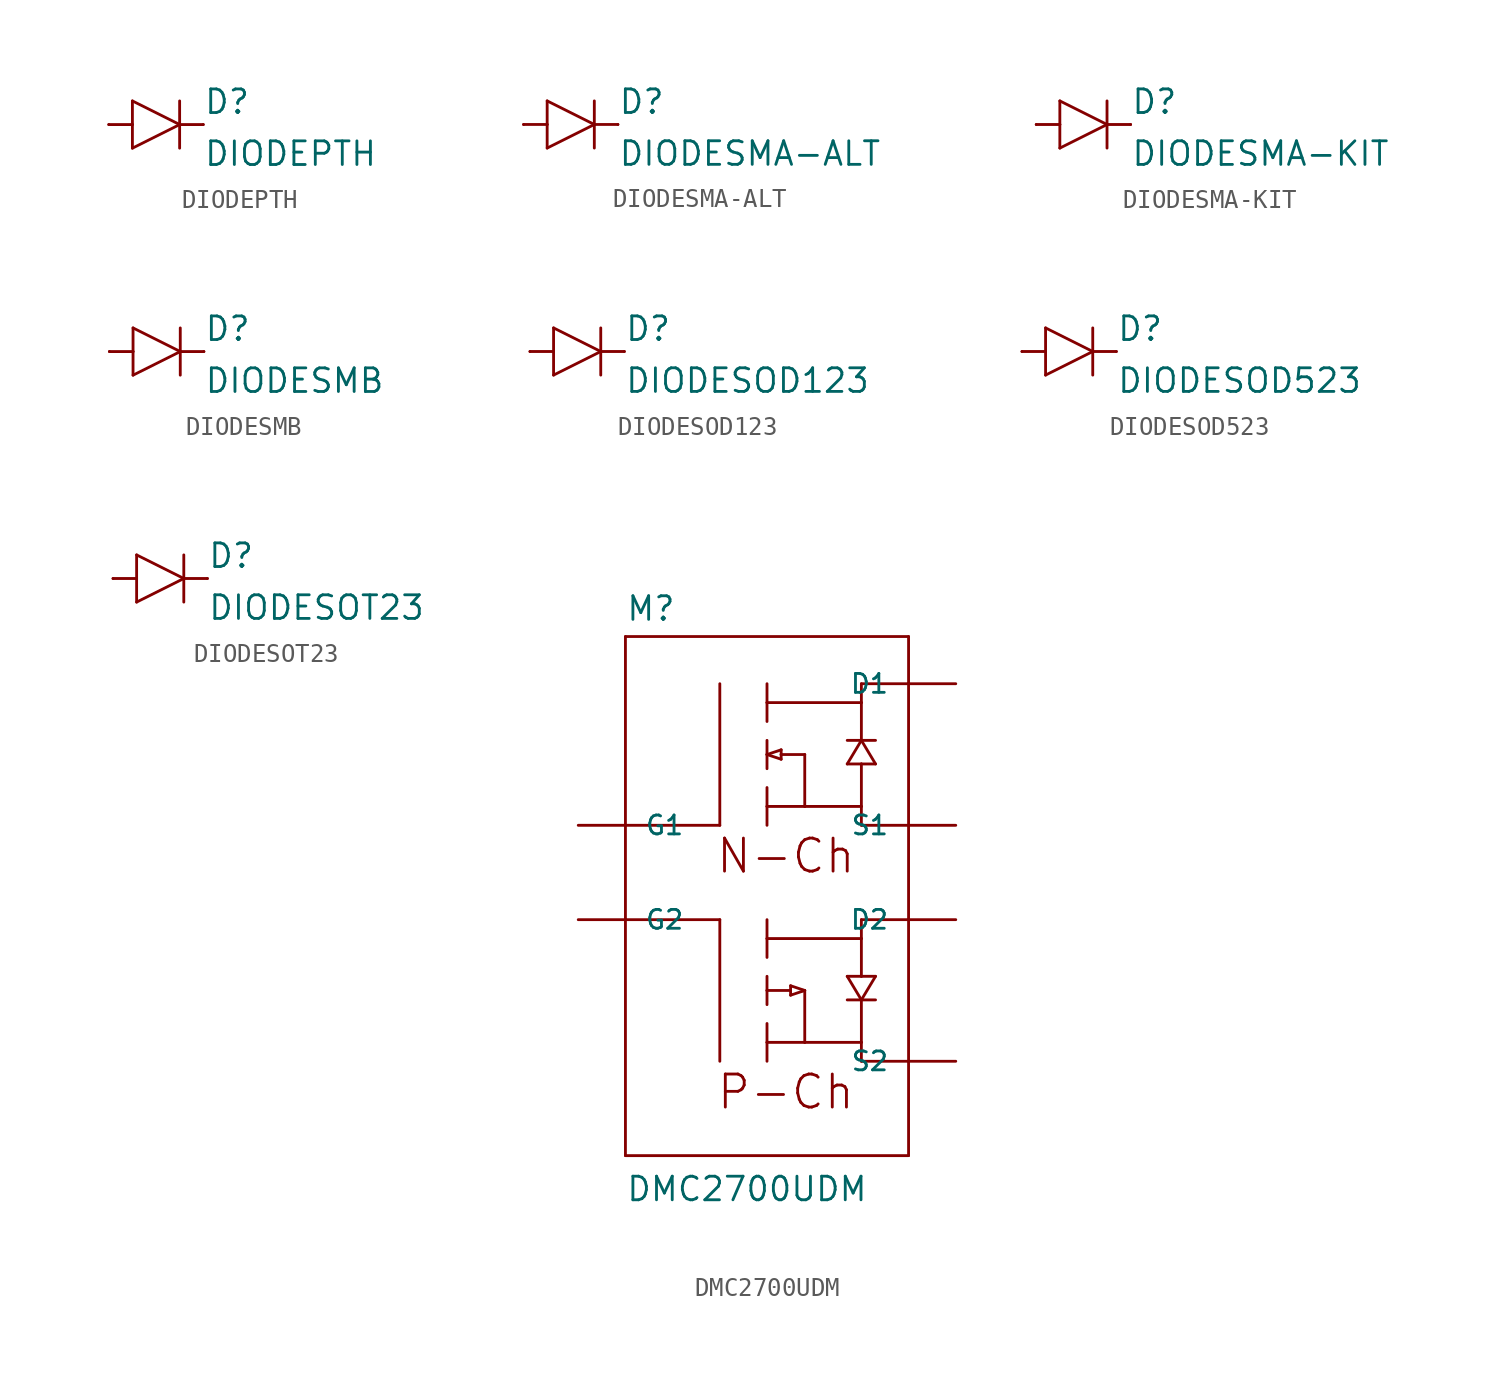
<source format=kicad_sym>
(kicad_symbol_lib
  (version 20211014)
  (generator kicad_symbol_editor)
  (symbol "DIODEPTH"
    (pin_numbers hide)
    (pin_names
      (offset 1.016) hide)
    (property "Reference" "D"
      (at 2.54 0.483 0)
      (effects (font (size 1.27 1.27)) (justify left bottom)))
    (property "Value" "DIODEPTH"
      (at 2.54 -2.311 0)
      (effects (font (size 1.27 1.27)) (justify left bottom)))
    (property "ki_locked" ""
      (at 0 0 0)
      (effects (font (size 1.27 1.27))))
    (symbol "DIODEPTH_1_0"
      (polyline (pts (xy -2.54 0) (xy -1.27 0)) (stroke (width 0) (type default) (color 0 0 0 0)) (fill (type none)))
      (polyline (pts (xy -1.27 -1.27) (xy 1.27 0)) (stroke (width 0) (type default) (color 0 0 0 0)) (fill (type none)))
      (polyline (pts (xy -1.27 0) (xy -1.27 -1.27)) (stroke (width 0) (type default) (color 0 0 0 0)) (fill (type none)))
      (polyline (pts (xy -1.27 1.27) (xy -1.27 0)) (stroke (width 0) (type default) (color 0 0 0 0)) (fill (type none)))
      (polyline (pts (xy 1.27 0) (xy -1.27 1.27)) (stroke (width 0) (type default) (color 0 0 0 0)) (fill (type none)))
      (polyline (pts (xy 1.27 0) (xy 1.27 -1.27)) (stroke (width 0) (type default) (color 0 0 0 0)) (fill (type none)))
      (polyline (pts (xy 1.27 1.27) (xy 1.27 0)) (stroke (width 0) (type default) (color 0 0 0 0)) (fill (type none)))
      (polyline (pts (xy 2.54 0) (xy 1.27 0)) (stroke (width 0) (type default) (color 0 0 0 0)) (fill (type none))))
    (symbol "DIODEPTH_1_1"
      (pin passive line (at -2.54 0 0) (length 0) (name "A" (effects (font (size 1.016 1.016)))) (number "A" (effects (font (size 1.016 1.016)))))
      (pin passive line (at 2.54 0 180) (length 0) (name "C" (effects (font (size 1.016 1.016)))) (number "C" (effects (font (size 1.016 1.016)))))))
  (symbol "DIODESMA-ALT"
    (pin_numbers hide)
    (pin_names
      (offset 1.016) hide)
    (property "Reference" "D"
      (at 2.54 0.483 0)
      (effects (font (size 1.27 1.27)) (justify left bottom)))
    (property "Value" "DIODESMA-ALT"
      (at 2.54 -2.311 0)
      (effects (font (size 1.27 1.27)) (justify left bottom)))
    (property "ki_locked" ""
      (at 0 0 0)
      (effects (font (size 1.27 1.27))))
    (symbol "DIODESMA-ALT_1_0"
      (polyline (pts (xy -2.54 0) (xy -1.27 0)) (stroke (width 0) (type default) (color 0 0 0 0)) (fill (type none)))
      (polyline (pts (xy -1.27 -1.27) (xy 1.27 0)) (stroke (width 0) (type default) (color 0 0 0 0)) (fill (type none)))
      (polyline (pts (xy -1.27 0) (xy -1.27 -1.27)) (stroke (width 0) (type default) (color 0 0 0 0)) (fill (type none)))
      (polyline (pts (xy -1.27 1.27) (xy -1.27 0)) (stroke (width 0) (type default) (color 0 0 0 0)) (fill (type none)))
      (polyline (pts (xy 1.27 0) (xy -1.27 1.27)) (stroke (width 0) (type default) (color 0 0 0 0)) (fill (type none)))
      (polyline (pts (xy 1.27 0) (xy 1.27 -1.27)) (stroke (width 0) (type default) (color 0 0 0 0)) (fill (type none)))
      (polyline (pts (xy 1.27 1.27) (xy 1.27 0)) (stroke (width 0) (type default) (color 0 0 0 0)) (fill (type none)))
      (polyline (pts (xy 2.54 0) (xy 1.27 0)) (stroke (width 0) (type default) (color 0 0 0 0)) (fill (type none))))
    (symbol "DIODESMA-ALT_1_1"
      (pin passive line (at -2.54 0 0) (length 0) (name "A" (effects (font (size 1.016 1.016)))) (number "A" (effects (font (size 1.016 1.016)))))
      (pin passive line (at 2.54 0 180) (length 0) (name "C" (effects (font (size 1.016 1.016)))) (number "C" (effects (font (size 1.016 1.016)))))))
  (symbol "DIODESMA-KIT"
    (pin_numbers hide)
    (pin_names
      (offset 1.016) hide)
    (property "Reference" "D"
      (at 2.54 0.483 0)
      (effects (font (size 1.27 1.27)) (justify left bottom)))
    (property "Value" "DIODESMA-KIT"
      (at 2.54 -2.311 0)
      (effects (font (size 1.27 1.27)) (justify left bottom)))
    (property "ki_locked" ""
      (at 0 0 0)
      (effects (font (size 1.27 1.27))))
    (symbol "DIODESMA-KIT_1_0"
      (polyline (pts (xy -2.54 0) (xy -1.27 0)) (stroke (width 0) (type default) (color 0 0 0 0)) (fill (type none)))
      (polyline (pts (xy -1.27 -1.27) (xy 1.27 0)) (stroke (width 0) (type default) (color 0 0 0 0)) (fill (type none)))
      (polyline (pts (xy -1.27 0) (xy -1.27 -1.27)) (stroke (width 0) (type default) (color 0 0 0 0)) (fill (type none)))
      (polyline (pts (xy -1.27 1.27) (xy -1.27 0)) (stroke (width 0) (type default) (color 0 0 0 0)) (fill (type none)))
      (polyline (pts (xy 1.27 0) (xy -1.27 1.27)) (stroke (width 0) (type default) (color 0 0 0 0)) (fill (type none)))
      (polyline (pts (xy 1.27 0) (xy 1.27 -1.27)) (stroke (width 0) (type default) (color 0 0 0 0)) (fill (type none)))
      (polyline (pts (xy 1.27 1.27) (xy 1.27 0)) (stroke (width 0) (type default) (color 0 0 0 0)) (fill (type none)))
      (polyline (pts (xy 2.54 0) (xy 1.27 0)) (stroke (width 0) (type default) (color 0 0 0 0)) (fill (type none))))
    (symbol "DIODESMA-KIT_1_1"
      (pin passive line (at -2.54 0 0) (length 0) (name "A" (effects (font (size 1.016 1.016)))) (number "A" (effects (font (size 1.016 1.016)))))
      (pin passive line (at 2.54 0 180) (length 0) (name "C" (effects (font (size 1.016 1.016)))) (number "C" (effects (font (size 1.016 1.016)))))))
  (symbol "DIODESMB"
    (pin_numbers hide)
    (pin_names
      (offset 1.016) hide)
    (property "Reference" "D"
      (at 2.54 0.483 0)
      (effects (font (size 1.27 1.27)) (justify left bottom)))
    (property "Value" "DIODESMB"
      (at 2.54 -2.311 0)
      (effects (font (size 1.27 1.27)) (justify left bottom)))
    (property "ki_locked" ""
      (at 0 0 0)
      (effects (font (size 1.27 1.27))))
    (symbol "DIODESMB_1_0"
      (polyline (pts (xy -2.54 0) (xy -1.27 0)) (stroke (width 0) (type default) (color 0 0 0 0)) (fill (type none)))
      (polyline (pts (xy -1.27 -1.27) (xy 1.27 0)) (stroke (width 0) (type default) (color 0 0 0 0)) (fill (type none)))
      (polyline (pts (xy -1.27 0) (xy -1.27 -1.27)) (stroke (width 0) (type default) (color 0 0 0 0)) (fill (type none)))
      (polyline (pts (xy -1.27 1.27) (xy -1.27 0)) (stroke (width 0) (type default) (color 0 0 0 0)) (fill (type none)))
      (polyline (pts (xy 1.27 0) (xy -1.27 1.27)) (stroke (width 0) (type default) (color 0 0 0 0)) (fill (type none)))
      (polyline (pts (xy 1.27 0) (xy 1.27 -1.27)) (stroke (width 0) (type default) (color 0 0 0 0)) (fill (type none)))
      (polyline (pts (xy 1.27 1.27) (xy 1.27 0)) (stroke (width 0) (type default) (color 0 0 0 0)) (fill (type none)))
      (polyline (pts (xy 2.54 0) (xy 1.27 0)) (stroke (width 0) (type default) (color 0 0 0 0)) (fill (type none))))
    (symbol "DIODESMB_1_1"
      (pin passive line (at -2.54 0 0) (length 0) (name "A" (effects (font (size 1.016 1.016)))) (number "A" (effects (font (size 1.016 1.016)))))
      (pin passive line (at 2.54 0 180) (length 0) (name "C" (effects (font (size 1.016 1.016)))) (number "C" (effects (font (size 1.016 1.016)))))))
  (symbol "DIODESOD123"
    (pin_numbers hide)
    (pin_names
      (offset 1.016) hide)
    (property "Reference" "D"
      (at 2.54 0.483 0)
      (effects (font (size 1.27 1.27)) (justify left bottom)))
    (property "Value" "DIODESOD123"
      (at 2.54 -2.311 0)
      (effects (font (size 1.27 1.27)) (justify left bottom)))
    (property "ki_locked" ""
      (at 0 0 0)
      (effects (font (size 1.27 1.27))))
    (symbol "DIODESOD123_1_0"
      (polyline (pts (xy -2.54 0) (xy -1.27 0)) (stroke (width 0) (type default) (color 0 0 0 0)) (fill (type none)))
      (polyline (pts (xy -1.27 -1.27) (xy 1.27 0)) (stroke (width 0) (type default) (color 0 0 0 0)) (fill (type none)))
      (polyline (pts (xy -1.27 0) (xy -1.27 -1.27)) (stroke (width 0) (type default) (color 0 0 0 0)) (fill (type none)))
      (polyline (pts (xy -1.27 1.27) (xy -1.27 0)) (stroke (width 0) (type default) (color 0 0 0 0)) (fill (type none)))
      (polyline (pts (xy 1.27 0) (xy -1.27 1.27)) (stroke (width 0) (type default) (color 0 0 0 0)) (fill (type none)))
      (polyline (pts (xy 1.27 0) (xy 1.27 -1.27)) (stroke (width 0) (type default) (color 0 0 0 0)) (fill (type none)))
      (polyline (pts (xy 1.27 1.27) (xy 1.27 0)) (stroke (width 0) (type default) (color 0 0 0 0)) (fill (type none)))
      (polyline (pts (xy 2.54 0) (xy 1.27 0)) (stroke (width 0) (type default) (color 0 0 0 0)) (fill (type none))))
    (symbol "DIODESOD123_1_1"
      (pin passive line (at -2.54 0 0) (length 0) (name "A" (effects (font (size 1.016 1.016)))) (number "A" (effects (font (size 1.016 1.016)))))
      (pin passive line (at 2.54 0 180) (length 0) (name "C" (effects (font (size 1.016 1.016)))) (number "C" (effects (font (size 1.016 1.016)))))))
  (symbol "DIODESOD523"
    (pin_numbers hide)
    (pin_names
      (offset 1.016) hide)
    (property "Reference" "D"
      (at 2.54 0.483 0)
      (effects (font (size 1.27 1.27)) (justify left bottom)))
    (property "Value" "DIODESOD523"
      (at 2.54 -2.311 0)
      (effects (font (size 1.27 1.27)) (justify left bottom)))
    (property "ki_locked" ""
      (at 0 0 0)
      (effects (font (size 1.27 1.27))))
    (symbol "DIODESOD523_1_0"
      (polyline (pts (xy -2.54 0) (xy -1.27 0)) (stroke (width 0) (type default) (color 0 0 0 0)) (fill (type none)))
      (polyline (pts (xy -1.27 -1.27) (xy 1.27 0)) (stroke (width 0) (type default) (color 0 0 0 0)) (fill (type none)))
      (polyline (pts (xy -1.27 0) (xy -1.27 -1.27)) (stroke (width 0) (type default) (color 0 0 0 0)) (fill (type none)))
      (polyline (pts (xy -1.27 1.27) (xy -1.27 0)) (stroke (width 0) (type default) (color 0 0 0 0)) (fill (type none)))
      (polyline (pts (xy 1.27 0) (xy -1.27 1.27)) (stroke (width 0) (type default) (color 0 0 0 0)) (fill (type none)))
      (polyline (pts (xy 1.27 0) (xy 1.27 -1.27)) (stroke (width 0) (type default) (color 0 0 0 0)) (fill (type none)))
      (polyline (pts (xy 1.27 1.27) (xy 1.27 0)) (stroke (width 0) (type default) (color 0 0 0 0)) (fill (type none)))
      (polyline (pts (xy 2.54 0) (xy 1.27 0)) (stroke (width 0) (type default) (color 0 0 0 0)) (fill (type none))))
    (symbol "DIODESOD523_1_1"
      (pin passive line (at -2.54 0 0) (length 0) (name "A" (effects (font (size 1.016 1.016)))) (number "A" (effects (font (size 1.016 1.016)))))
      (pin passive line (at 2.54 0 180) (length 0) (name "C" (effects (font (size 1.016 1.016)))) (number "C" (effects (font (size 1.016 1.016)))))))
  (symbol "DIODESOT23"
    (pin_numbers hide)
    (pin_names
      (offset 1.016) hide)
    (property "Reference" "D"
      (at 2.54 0.483 0)
      (effects (font (size 1.27 1.27)) (justify left bottom)))
    (property "Value" "DIODESOT23"
      (at 2.54 -2.311 0)
      (effects (font (size 1.27 1.27)) (justify left bottom)))
    (property "ki_locked" ""
      (at 0 0 0)
      (effects (font (size 1.27 1.27))))
    (symbol "DIODESOT23_1_0"
      (polyline (pts (xy -2.54 0) (xy -1.27 0)) (stroke (width 0) (type default) (color 0 0 0 0)) (fill (type none)))
      (polyline (pts (xy -1.27 -1.27) (xy 1.27 0)) (stroke (width 0) (type default) (color 0 0 0 0)) (fill (type none)))
      (polyline (pts (xy -1.27 0) (xy -1.27 -1.27)) (stroke (width 0) (type default) (color 0 0 0 0)) (fill (type none)))
      (polyline (pts (xy -1.27 1.27) (xy -1.27 0)) (stroke (width 0) (type default) (color 0 0 0 0)) (fill (type none)))
      (polyline (pts (xy 1.27 0) (xy -1.27 1.27)) (stroke (width 0) (type default) (color 0 0 0 0)) (fill (type none)))
      (polyline (pts (xy 1.27 0) (xy 1.27 -1.27)) (stroke (width 0) (type default) (color 0 0 0 0)) (fill (type none)))
      (polyline (pts (xy 1.27 1.27) (xy 1.27 0)) (stroke (width 0) (type default) (color 0 0 0 0)) (fill (type none)))
      (polyline (pts (xy 2.54 0) (xy 1.27 0)) (stroke (width 0) (type default) (color 0 0 0 0)) (fill (type none))))
    (symbol "DIODESOT23_1_1"
      (pin passive line (at -2.54 0 0) (length 0) (name "A" (effects (font (size 1.016 1.016)))) (number "1" (effects (font (size 1.016 1.016)))))
      (pin passive line (at 2.54 0 180) (length 0) (name "C" (effects (font (size 1.016 1.016)))) (number "3" (effects (font (size 1.016 1.016)))))))
  (symbol "DMC2700UDM"
    (pin_numbers hide)
    (pin_names
      (offset 1.016))
    (property "Reference" "M"
      (at -7.62 13.462 0)
      (effects (font (size 1.27 1.27)) (justify left bottom)))
    (property "Value" "DMC2700UDM"
      (at -7.62 -17.78 0)
      (effects (font (size 1.27 1.27)) (justify left bottom)))
    (property "ki_locked" ""
      (at 0 0 0)
      (effects (font (size 1.27 1.27))))
    (symbol "DMC2700UDM_1_0"
      (polyline (pts (xy -7.62 -15.24) (xy 7.62 -15.24)) (stroke (width 0) (type default) (color 0 0 0 0)) (fill (type none)))
      (polyline (pts (xy -7.62 -2.54) (xy -7.62 -15.24)) (stroke (width 0) (type default) (color 0 0 0 0)) (fill (type none)))
      (polyline (pts (xy -7.62 2.54) (xy -7.62 -2.54)) (stroke (width 0) (type default) (color 0 0 0 0)) (fill (type none)))
      (polyline (pts (xy -7.62 12.7) (xy -7.62 2.54)) (stroke (width 0) (type default) (color 0 0 0 0)) (fill (type none)))
      (polyline (pts (xy -2.54 -10.16) (xy -2.54 -2.54)) (stroke (width 0) (type default) (color 0 0 0 0)) (fill (type none)))
      (polyline (pts (xy -2.54 -2.54) (xy -7.62 -2.54)) (stroke (width 0) (type default) (color 0 0 0 0)) (fill (type none)))
      (polyline (pts (xy -2.54 2.54) (xy -7.62 2.54)) (stroke (width 0) (type default) (color 0 0 0 0)) (fill (type none)))
      (polyline (pts (xy -2.54 2.54) (xy -2.54 10.16)) (stroke (width 0) (type default) (color 0 0 0 0)) (fill (type none)))
      (polyline (pts (xy 0 -9.144) (xy 0 -10.16)) (stroke (width 0) (type default) (color 0 0 0 0)) (fill (type none)))
      (polyline (pts (xy 0 -9.144) (xy 2.032 -9.144)) (stroke (width 0) (type default) (color 0 0 0 0)) (fill (type none)))
      (polyline (pts (xy 0 -8.128) (xy 0 -9.144)) (stroke (width 0) (type default) (color 0 0 0 0)) (fill (type none)))
      (polyline (pts (xy 0 -6.35) (xy 0 -7.112)) (stroke (width 0) (type default) (color 0 0 0 0)) (fill (type none)))
      (polyline (pts (xy 0 -5.588) (xy 0 -6.35)) (stroke (width 0) (type default) (color 0 0 0 0)) (fill (type none)))
      (polyline (pts (xy 0 -3.556) (xy 0 -4.572)) (stroke (width 0) (type default) (color 0 0 0 0)) (fill (type none)))
      (polyline (pts (xy 0 -3.556) (xy 5.08 -3.556)) (stroke (width 0) (type default) (color 0 0 0 0)) (fill (type none)))
      (polyline (pts (xy 0 -2.54) (xy 0 -3.556)) (stroke (width 0) (type default) (color 0 0 0 0)) (fill (type none)))
      (polyline (pts (xy 0 3.556) (xy 0 2.54)) (stroke (width 0) (type default) (color 0 0 0 0)) (fill (type none)))
      (polyline (pts (xy 0 3.556) (xy 2.032 3.556)) (stroke (width 0) (type default) (color 0 0 0 0)) (fill (type none)))
      (polyline (pts (xy 0 4.572) (xy 0 3.556)) (stroke (width 0) (type default) (color 0 0 0 0)) (fill (type none)))
      (polyline (pts (xy 0 6.35) (xy 0 5.588)) (stroke (width 0) (type default) (color 0 0 0 0)) (fill (type none)))
      (polyline (pts (xy 0 6.35) (xy 0.762 6.096)) (stroke (width 0) (type default) (color 0 0 0 0)) (fill (type none)))
      (polyline (pts (xy 0 7.112) (xy 0 6.35)) (stroke (width 0) (type default) (color 0 0 0 0)) (fill (type none)))
      (polyline (pts (xy 0 9.144) (xy 0 8.128)) (stroke (width 0) (type default) (color 0 0 0 0)) (fill (type none)))
      (polyline (pts (xy 0 9.144) (xy 5.08 9.144)) (stroke (width 0) (type default) (color 0 0 0 0)) (fill (type none)))
      (polyline (pts (xy 0 10.16) (xy 0 9.144)) (stroke (width 0) (type default) (color 0 0 0 0)) (fill (type none)))
      (polyline (pts (xy 0.762 6.096) (xy 0.762 6.35)) (stroke (width 0) (type default) (color 0 0 0 0)) (fill (type none)))
      (polyline (pts (xy 0.762 6.35) (xy 0.762 6.604)) (stroke (width 0) (type default) (color 0 0 0 0)) (fill (type none)))
      (polyline (pts (xy 0.762 6.604) (xy 0 6.35)) (stroke (width 0) (type default) (color 0 0 0 0)) (fill (type none)))
      (polyline (pts (xy 1.27 -6.604) (xy 1.27 -6.35)) (stroke (width 0) (type default) (color 0 0 0 0)) (fill (type none)))
      (polyline (pts (xy 1.27 -6.35) (xy 0 -6.35)) (stroke (width 0) (type default) (color 0 0 0 0)) (fill (type none)))
      (polyline (pts (xy 1.27 -6.35) (xy 1.27 -6.096)) (stroke (width 0) (type default) (color 0 0 0 0)) (fill (type none)))
      (polyline (pts (xy 1.27 -6.096) (xy 2.032 -6.35)) (stroke (width 0) (type default) (color 0 0 0 0)) (fill (type none)))
      (polyline (pts (xy 2.032 -9.144) (xy 2.032 -6.35)) (stroke (width 0) (type default) (color 0 0 0 0)) (fill (type none)))
      (polyline (pts (xy 2.032 -6.35) (xy 1.27 -6.604)) (stroke (width 0) (type default) (color 0 0 0 0)) (fill (type none)))
      (polyline (pts (xy 2.032 3.556) (xy 2.032 6.35)) (stroke (width 0) (type default) (color 0 0 0 0)) (fill (type none)))
      (polyline (pts (xy 2.032 6.35) (xy 0.762 6.35)) (stroke (width 0) (type default) (color 0 0 0 0)) (fill (type none)))
      (polyline (pts (xy 4.318 -6.858) (xy 5.08 -6.858)) (stroke (width 0) (type default) (color 0 0 0 0)) (fill (type none)))
      (polyline (pts (xy 4.318 5.842) (xy 5.08 5.842)) (stroke (width 0) (type default) (color 0 0 0 0)) (fill (type none)))
      (polyline (pts (xy 5.08 -10.16) (xy 5.08 -9.144)) (stroke (width 0) (type default) (color 0 0 0 0)) (fill (type none)))
      (polyline (pts (xy 5.08 -9.144) (xy 2.032 -9.144)) (stroke (width 0) (type default) (color 0 0 0 0)) (fill (type none)))
      (polyline (pts (xy 5.08 -6.858) (xy 4.318 -5.588)) (stroke (width 0) (type default) (color 0 0 0 0)) (fill (type none)))
      (polyline (pts (xy 5.08 -6.858) (xy 5.08 -9.144)) (stroke (width 0) (type default) (color 0 0 0 0)) (fill (type none)))
      (polyline (pts (xy 5.08 -6.858) (xy 5.842 -6.858)) (stroke (width 0) (type default) (color 0 0 0 0)) (fill (type none)))
      (polyline (pts (xy 5.08 -5.588) (xy 4.318 -5.588)) (stroke (width 0) (type default) (color 0 0 0 0)) (fill (type none)))
      (polyline (pts (xy 5.08 -5.588) (xy 5.842 -5.588)) (stroke (width 0) (type default) (color 0 0 0 0)) (fill (type none)))
      (polyline (pts (xy 5.08 -3.556) (xy 5.08 -5.588)) (stroke (width 0) (type default) (color 0 0 0 0)) (fill (type none)))
      (polyline (pts (xy 5.08 -2.54) (xy 5.08 -3.556)) (stroke (width 0) (type default) (color 0 0 0 0)) (fill (type none)))
      (polyline (pts (xy 5.08 2.54) (xy 5.08 3.556)) (stroke (width 0) (type default) (color 0 0 0 0)) (fill (type none)))
      (polyline (pts (xy 5.08 3.556) (xy 2.032 3.556)) (stroke (width 0) (type default) (color 0 0 0 0)) (fill (type none)))
      (polyline (pts (xy 5.08 5.842) (xy 5.08 3.556)) (stroke (width 0) (type default) (color 0 0 0 0)) (fill (type none)))
      (polyline (pts (xy 5.08 5.842) (xy 5.842 5.842)) (stroke (width 0) (type default) (color 0 0 0 0)) (fill (type none)))
      (polyline (pts (xy 5.08 7.112) (xy 4.318 5.842)) (stroke (width 0) (type default) (color 0 0 0 0)) (fill (type none)))
      (polyline (pts (xy 5.08 7.112) (xy 4.318 7.112)) (stroke (width 0) (type default) (color 0 0 0 0)) (fill (type none)))
      (polyline (pts (xy 5.08 7.112) (xy 5.842 7.112)) (stroke (width 0) (type default) (color 0 0 0 0)) (fill (type none)))
      (polyline (pts (xy 5.08 9.144) (xy 5.08 7.112)) (stroke (width 0) (type default) (color 0 0 0 0)) (fill (type none)))
      (polyline (pts (xy 5.08 10.16) (xy 5.08 9.144)) (stroke (width 0) (type default) (color 0 0 0 0)) (fill (type none)))
      (polyline (pts (xy 5.842 -5.588) (xy 5.08 -6.858)) (stroke (width 0) (type default) (color 0 0 0 0)) (fill (type none)))
      (polyline (pts (xy 5.842 5.842) (xy 5.08 7.112)) (stroke (width 0) (type default) (color 0 0 0 0)) (fill (type none)))
      (polyline (pts (xy 7.62 -15.24) (xy 7.62 -10.16)) (stroke (width 0) (type default) (color 0 0 0 0)) (fill (type none)))
      (polyline (pts (xy 7.62 -10.16) (xy 5.08 -10.16)) (stroke (width 0) (type default) (color 0 0 0 0)) (fill (type none)))
      (polyline (pts (xy 7.62 -10.16) (xy 7.62 -2.54)) (stroke (width 0) (type default) (color 0 0 0 0)) (fill (type none)))
      (polyline (pts (xy 7.62 -2.54) (xy 5.08 -2.54)) (stroke (width 0) (type default) (color 0 0 0 0)) (fill (type none)))
      (polyline (pts (xy 7.62 -2.54) (xy 7.62 2.54)) (stroke (width 0) (type default) (color 0 0 0 0)) (fill (type none)))
      (polyline (pts (xy 7.62 2.54) (xy 5.08 2.54)) (stroke (width 0) (type default) (color 0 0 0 0)) (fill (type none)))
      (polyline (pts (xy 7.62 2.54) (xy 7.62 10.16)) (stroke (width 0) (type default) (color 0 0 0 0)) (fill (type none)))
      (polyline (pts (xy 7.62 10.16) (xy 5.08 10.16)) (stroke (width 0) (type default) (color 0 0 0 0)) (fill (type none)))
      (polyline (pts (xy 7.62 10.16) (xy 7.62 12.7)) (stroke (width 0) (type default) (color 0 0 0 0)) (fill (type none)))
      (polyline (pts (xy 7.62 12.7) (xy -7.62 12.7)) (stroke (width 0) (type default) (color 0 0 0 0)) (fill (type none)))
      (text "N-Ch" (at 1.016 0.889 0) (effects (font (size 1.778 1.778))))
      (text "P-Ch" (at 1.016 -11.811 0) (effects (font (size 1.778 1.778)))))
    (symbol "DMC2700UDM_1_1"
      (pin bidirectional line (at 10.16 10.16 180) (length 2.54) (name "D1" (effects (font (size 1.016 1.016)))) (number "D1" (effects (font (size 1.016 1.016)))))
      (pin bidirectional line (at 10.16 -2.54 180) (length 2.54) (name "D2" (effects (font (size 1.016 1.016)))) (number "D2" (effects (font (size 1.016 1.016)))))
      (pin bidirectional line (at -10.16 2.54 0) (length 2.54) (name "G1" (effects (font (size 1.016 1.016)))) (number "G1" (effects (font (size 1.016 1.016)))))
      (pin bidirectional line (at -10.16 -2.54 0) (length 2.54) (name "G2" (effects (font (size 1.016 1.016)))) (number "G2" (effects (font (size 1.016 1.016)))))
      (pin bidirectional line (at 10.16 2.54 180) (length 2.54) (name "S1" (effects (font (size 1.016 1.016)))) (number "S1" (effects (font (size 1.016 1.016)))))
      (pin bidirectional line (at 10.16 -10.16 180) (length 2.54) (name "S2" (effects (font (size 1.016 1.016)))) (number "S2" (effects (font (size 1.016 1.016))))))))
</source>
